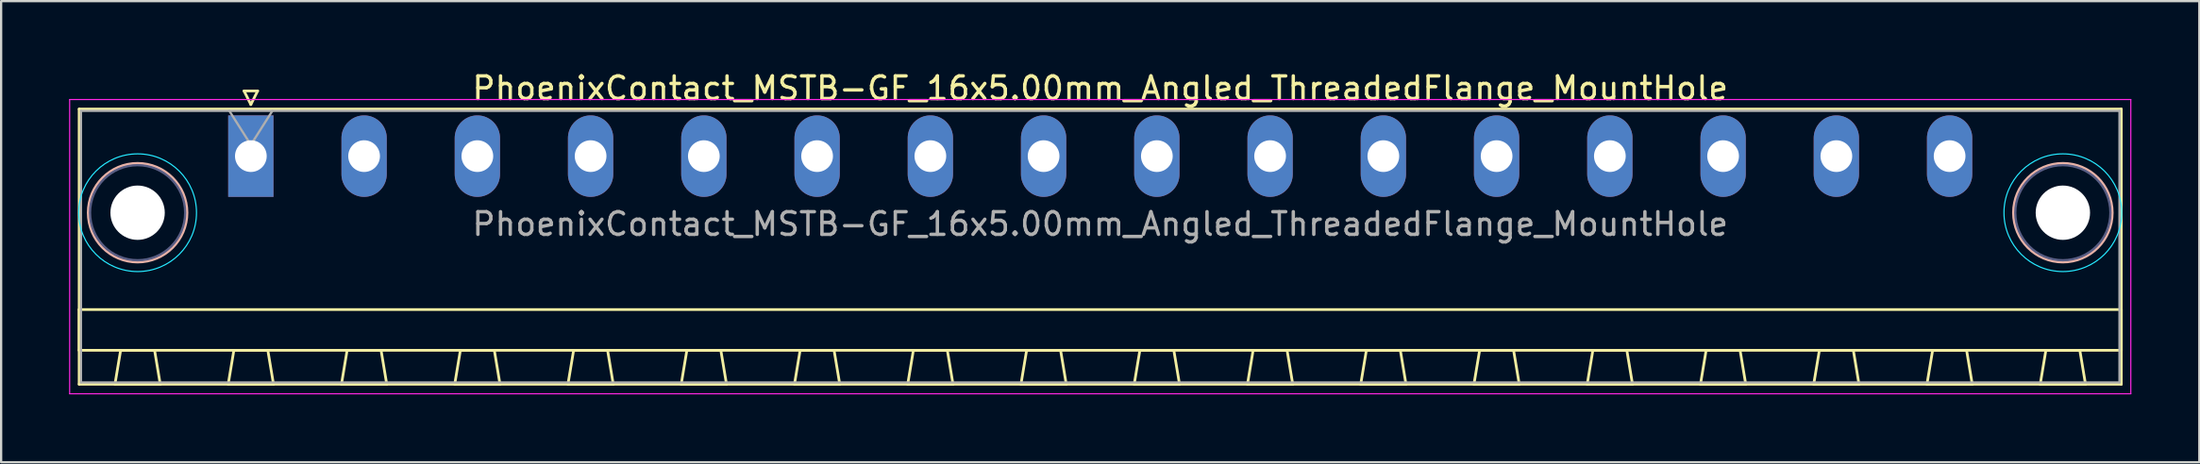
<source format=kicad_pcb>
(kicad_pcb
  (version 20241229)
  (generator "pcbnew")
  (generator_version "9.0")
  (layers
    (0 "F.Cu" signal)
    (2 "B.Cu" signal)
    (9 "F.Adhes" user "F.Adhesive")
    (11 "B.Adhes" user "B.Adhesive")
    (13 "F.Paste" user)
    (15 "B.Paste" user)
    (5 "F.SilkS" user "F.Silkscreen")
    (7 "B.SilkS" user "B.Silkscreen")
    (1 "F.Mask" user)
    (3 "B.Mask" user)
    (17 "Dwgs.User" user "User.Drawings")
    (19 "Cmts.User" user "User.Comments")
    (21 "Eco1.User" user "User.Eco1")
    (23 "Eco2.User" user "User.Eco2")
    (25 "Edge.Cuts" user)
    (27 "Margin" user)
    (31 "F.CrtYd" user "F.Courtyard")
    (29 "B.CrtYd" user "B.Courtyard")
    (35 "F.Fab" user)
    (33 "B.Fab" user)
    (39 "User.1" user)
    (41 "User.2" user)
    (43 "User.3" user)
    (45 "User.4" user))
  (footprint "PhoenixContact_MSTB-GF_16x5.00mm_Angled_ThreadedFlange_MountHole"
    (layer "F.Cu")
    (at 8.025 3.848)
    (property "Reference" "PhoenixContact_MSTB-GF_16x5.00mm_Angled_ThreadedFlange_MountHole" (at 37.5 -3 0) (layer "F.SilkS") (effects (font (size 1 1) (thickness 0.15))))
    (attr through_hole)
    (fp_line (start -7.58 -2.08) (end -7.58 10.08) (stroke (width 0.12) (type solid)) (layer "F.SilkS"))
    (fp_line (start -7.58 6.78) (end 82.58 6.78) (stroke (width 0.12) (type solid)) (layer "F.SilkS"))
    (fp_line (start -7.58 8.58) (end -7.58 6.78) (stroke (width 0.12) (type solid)) (layer "F.SilkS"))
    (fp_line (start -7.58 10.08) (end 82.58 10.08) (stroke (width 0.12) (type solid)) (layer "F.SilkS"))
    (fp_line (start -6 10.08) (end -4 10.08) (stroke (width 0.12) (type solid)) (layer "F.SilkS"))
    (fp_line (start -5.75 8.58) (end -6 10.08) (stroke (width 0.12) (type solid)) (layer "F.SilkS"))
    (fp_line (start -4.25 8.58) (end -5.75 8.58) (stroke (width 0.12) (type solid)) (layer "F.SilkS"))
    (fp_line (start -4 10.08) (end -4.25 8.58) (stroke (width 0.12) (type solid)) (layer "F.SilkS"))
    (fp_line (start -1 10.08) (end 1 10.08) (stroke (width 0.12) (type solid)) (layer "F.SilkS"))
    (fp_line (start -0.75 8.58) (end -1 10.08) (stroke (width 0.12) (type solid)) (layer "F.SilkS"))
    (fp_line (start -0.3 -2.88) (end 0.3 -2.88) (stroke (width 0.12) (type solid)) (layer "F.SilkS"))
    (fp_line (start 0 -2.28) (end -0.3 -2.88) (stroke (width 0.12) (type solid)) (layer "F.SilkS"))
    (fp_line (start 0.3 -2.88) (end 0 -2.28) (stroke (width 0.12) (type solid)) (layer "F.SilkS"))
    (fp_line (start 0.75 8.58) (end -0.75 8.58) (stroke (width 0.12) (type solid)) (layer "F.SilkS"))
    (fp_line (start 1 10.08) (end 0.75 8.58) (stroke (width 0.12) (type solid)) (layer "F.SilkS"))
    (fp_line (start 4 10.08) (end 6 10.08) (stroke (width 0.12) (type solid)) (layer "F.SilkS"))
    (fp_line (start 4.25 8.58) (end 4 10.08) (stroke (width 0.12) (type solid)) (layer "F.SilkS"))
    (fp_line (start 5.75 8.58) (end 4.25 8.58) (stroke (width 0.12) (type solid)) (layer "F.SilkS"))
    (fp_line (start 6 10.08) (end 5.75 8.58) (stroke (width 0.12) (type solid)) (layer "F.SilkS"))
    (fp_line (start 9 10.08) (end 11 10.08) (stroke (width 0.12) (type solid)) (layer "F.SilkS"))
    (fp_line (start 9.25 8.58) (end 9 10.08) (stroke (width 0.12) (type solid)) (layer "F.SilkS"))
    (fp_line (start 10.75 8.58) (end 9.25 8.58) (stroke (width 0.12) (type solid)) (layer "F.SilkS"))
    (fp_line (start 11 10.08) (end 10.75 8.58) (stroke (width 0.12) (type solid)) (layer "F.SilkS"))
    (fp_line (start 14 10.08) (end 16 10.08) (stroke (width 0.12) (type solid)) (layer "F.SilkS"))
    (fp_line (start 14.25 8.58) (end 14 10.08) (stroke (width 0.12) (type solid)) (layer "F.SilkS"))
    (fp_line (start 15.75 8.58) (end 14.25 8.58) (stroke (width 0.12) (type solid)) (layer "F.SilkS"))
    (fp_line (start 16 10.08) (end 15.75 8.58) (stroke (width 0.12) (type solid)) (layer "F.SilkS"))
    (fp_line (start 19 10.08) (end 21 10.08) (stroke (width 0.12) (type solid)) (layer "F.SilkS"))
    (fp_line (start 19.25 8.58) (end 19 10.08) (stroke (width 0.12) (type solid)) (layer "F.SilkS"))
    (fp_line (start 20.75 8.58) (end 19.25 8.58) (stroke (width 0.12) (type solid)) (layer "F.SilkS"))
    (fp_line (start 21 10.08) (end 20.75 8.58) (stroke (width 0.12) (type solid)) (layer "F.SilkS"))
    (fp_line (start 24 10.08) (end 26 10.08) (stroke (width 0.12) (type solid)) (layer "F.SilkS"))
    (fp_line (start 24.25 8.58) (end 24 10.08) (stroke (width 0.12) (type solid)) (layer "F.SilkS"))
    (fp_line (start 25.75 8.58) (end 24.25 8.58) (stroke (width 0.12) (type solid)) (layer "F.SilkS"))
    (fp_line (start 26 10.08) (end 25.75 8.58) (stroke (width 0.12) (type solid)) (layer "F.SilkS"))
    (fp_line (start 29 10.08) (end 31 10.08) (stroke (width 0.12) (type solid)) (layer "F.SilkS"))
    (fp_line (start 29.25 8.58) (end 29 10.08) (stroke (width 0.12) (type solid)) (layer "F.SilkS"))
    (fp_line (start 30.75 8.58) (end 29.25 8.58) (stroke (width 0.12) (type solid)) (layer "F.SilkS"))
    (fp_line (start 31 10.08) (end 30.75 8.58) (stroke (width 0.12) (type solid)) (layer "F.SilkS"))
    (fp_line (start 34 10.08) (end 36 10.08) (stroke (width 0.12) (type solid)) (layer "F.SilkS"))
    (fp_line (start 34.25 8.58) (end 34 10.08) (stroke (width 0.12) (type solid)) (layer "F.SilkS"))
    (fp_line (start 35.75 8.58) (end 34.25 8.58) (stroke (width 0.12) (type solid)) (layer "F.SilkS"))
    (fp_line (start 36 10.08) (end 35.75 8.58) (stroke (width 0.12) (type solid)) (layer "F.SilkS"))
    (fp_line (start 39 10.08) (end 41 10.08) (stroke (width 0.12) (type solid)) (layer "F.SilkS"))
    (fp_line (start 39.25 8.58) (end 39 10.08) (stroke (width 0.12) (type solid)) (layer "F.SilkS"))
    (fp_line (start 40.75 8.58) (end 39.25 8.58) (stroke (width 0.12) (type solid)) (layer "F.SilkS"))
    (fp_line (start 41 10.08) (end 40.75 8.58) (stroke (width 0.12) (type solid)) (layer "F.SilkS"))
    (fp_line (start 44 10.08) (end 46 10.08) (stroke (width 0.12) (type solid)) (layer "F.SilkS"))
    (fp_line (start 44.25 8.58) (end 44 10.08) (stroke (width 0.12) (type solid)) (layer "F.SilkS"))
    (fp_line (start 45.75 8.58) (end 44.25 8.58) (stroke (width 0.12) (type solid)) (layer "F.SilkS"))
    (fp_line (start 46 10.08) (end 45.75 8.58) (stroke (width 0.12) (type solid)) (layer "F.SilkS"))
    (fp_line (start 49 10.08) (end 51 10.08) (stroke (width 0.12) (type solid)) (layer "F.SilkS"))
    (fp_line (start 49.25 8.58) (end 49 10.08) (stroke (width 0.12) (type solid)) (layer "F.SilkS"))
    (fp_line (start 50.75 8.58) (end 49.25 8.58) (stroke (width 0.12) (type solid)) (layer "F.SilkS"))
    (fp_line (start 51 10.08) (end 50.75 8.58) (stroke (width 0.12) (type solid)) (layer "F.SilkS"))
    (fp_line (start 54 10.08) (end 56 10.08) (stroke (width 0.12) (type solid)) (layer "F.SilkS"))
    (fp_line (start 54.25 8.58) (end 54 10.08) (stroke (width 0.12) (type solid)) (layer "F.SilkS"))
    (fp_line (start 55.75 8.58) (end 54.25 8.58) (stroke (width 0.12) (type solid)) (layer "F.SilkS"))
    (fp_line (start 56 10.08) (end 55.75 8.58) (stroke (width 0.12) (type solid)) (layer "F.SilkS"))
    (fp_line (start 59 10.08) (end 61 10.08) (stroke (width 0.12) (type solid)) (layer "F.SilkS"))
    (fp_line (start 59.25 8.58) (end 59 10.08) (stroke (width 0.12) (type solid)) (layer "F.SilkS"))
    (fp_line (start 60.75 8.58) (end 59.25 8.58) (stroke (width 0.12) (type solid)) (layer "F.SilkS"))
    (fp_line (start 61 10.08) (end 60.75 8.58) (stroke (width 0.12) (type solid)) (layer "F.SilkS"))
    (fp_line (start 64 10.08) (end 66 10.08) (stroke (width 0.12) (type solid)) (layer "F.SilkS"))
    (fp_line (start 64.25 8.58) (end 64 10.08) (stroke (width 0.12) (type solid)) (layer "F.SilkS"))
    (fp_line (start 65.75 8.58) (end 64.25 8.58) (stroke (width 0.12) (type solid)) (layer "F.SilkS"))
    (fp_line (start 66 10.08) (end 65.75 8.58) (stroke (width 0.12) (type solid)) (layer "F.SilkS"))
    (fp_line (start 69 10.08) (end 71 10.08) (stroke (width 0.12) (type solid)) (layer "F.SilkS"))
    (fp_line (start 69.25 8.58) (end 69 10.08) (stroke (width 0.12) (type solid)) (layer "F.SilkS"))
    (fp_line (start 70.75 8.58) (end 69.25 8.58) (stroke (width 0.12) (type solid)) (layer "F.SilkS"))
    (fp_line (start 71 10.08) (end 70.75 8.58) (stroke (width 0.12) (type solid)) (layer "F.SilkS"))
    (fp_line (start 74 10.08) (end 76 10.08) (stroke (width 0.12) (type solid)) (layer "F.SilkS"))
    (fp_line (start 74.25 8.58) (end 74 10.08) (stroke (width 0.12) (type solid)) (layer "F.SilkS"))
    (fp_line (start 75.75 8.58) (end 74.25 8.58) (stroke (width 0.12) (type solid)) (layer "F.SilkS"))
    (fp_line (start 76 10.08) (end 75.75 8.58) (stroke (width 0.12) (type solid)) (layer "F.SilkS"))
    (fp_line (start 79 10.08) (end 81 10.08) (stroke (width 0.12) (type solid)) (layer "F.SilkS"))
    (fp_line (start 79.25 8.58) (end 79 10.08) (stroke (width 0.12) (type solid)) (layer "F.SilkS"))
    (fp_line (start 80.75 8.58) (end 79.25 8.58) (stroke (width 0.12) (type solid)) (layer "F.SilkS"))
    (fp_line (start 81 10.08) (end 80.75 8.58) (stroke (width 0.12) (type solid)) (layer "F.SilkS"))
    (fp_line (start 82.58 -2.08) (end -7.58 -2.08) (stroke (width 0.12) (type solid)) (layer "F.SilkS"))
    (fp_line (start 82.58 6.78) (end 82.58 8.58) (stroke (width 0.12) (type solid)) (layer "F.SilkS"))
    (fp_line (start 82.58 8.58) (end -7.58 8.58) (stroke (width 0.12) (type solid)) (layer "F.SilkS"))
    (fp_line (start 82.58 10.08) (end 82.58 -2.08) (stroke (width 0.12) (type solid)) (layer "F.SilkS"))
    (fp_circle (center -5 2.5) (end -2.82 2.5) (stroke (width 0.12) (type solid)) (fill no) (layer "B.SilkS"))
    (fp_circle (center 80 2.5) (end 82.18 2.5) (stroke (width 0.12) (type solid)) (fill no) (layer "B.SilkS"))
    (fp_circle (center -5 2.5) (end -2.4 2.5) (stroke (width 0.05) (type solid)) (fill no) (layer "B.CrtYd"))
    (fp_circle (center 80 2.5) (end 82.6 2.5) (stroke (width 0.05) (type solid)) (fill no) (layer "B.CrtYd"))
    (fp_line (start -8 -2.5) (end -8 10.5) (stroke (width 0.05) (type solid)) (layer "F.CrtYd"))
    (fp_line (start -8 10.5) (end 83 10.5) (stroke (width 0.05) (type solid)) (layer "F.CrtYd"))
    (fp_line (start 83 -2.5) (end -8 -2.5) (stroke (width 0.05) (type solid)) (layer "F.CrtYd"))
    (fp_line (start 83 10.5) (end 83 -2.5) (stroke (width 0.05) (type solid)) (layer "F.CrtYd"))
    (fp_circle (center -5 2.5) (end -2.9 2.5) (stroke (width 0.1) (type solid)) (fill no) (layer "B.Fab"))
    (fp_circle (center 80 2.5) (end 82.1 2.5) (stroke (width 0.1) (type solid)) (fill no) (layer "B.Fab"))
    (fp_line (start -7.5 -2) (end -7.5 10) (stroke (width 0.1) (type solid)) (layer "F.Fab"))
    (fp_line (start -7.5 10) (end 82.5 10) (stroke (width 0.1) (type solid)) (layer "F.Fab"))
    (fp_line (start 0 -0.5) (end -0.95 -2) (stroke (width 0.1) (type solid)) (layer "F.Fab"))
    (fp_line (start 0.95 -2) (end 0 -0.5) (stroke (width 0.1) (type solid)) (layer "F.Fab"))
    (fp_line (start 82.5 -2) (end -7.5 -2) (stroke (width 0.1) (type solid)) (layer "F.Fab"))
    (fp_line (start 82.5 10) (end 82.5 -2) (stroke (width 0.1) (type solid)) (layer "F.Fab"))
    (fp_text user "${REFERENCE}" (at 37.5 3 0) (layer "F.Fab") (effects (font (size 1 1) (thickness 0.15))))
    (pad "" np_thru_hole circle (at -5 2.5) (size 2.4 2.4) (drill 2.4) (layers "*.Cu" "*.Mask"))
    (pad "" np_thru_hole circle (at 80 2.5) (size 2.4 2.4) (drill 2.4) (layers "*.Cu" "*.Mask"))
    (pad "1" thru_hole rect (at 0 0) (size 2 3.6) (drill 1.4) (layers "*.Cu" "*.Mask"))
    (pad "2" thru_hole oval (at 5 0) (size 2 3.6) (drill 1.4) (layers "*.Cu" "*.Mask"))
    (pad "3" thru_hole oval (at 10 0) (size 2 3.6) (drill 1.4) (layers "*.Cu" "*.Mask"))
    (pad "4" thru_hole oval (at 15 0) (size 2 3.6) (drill 1.4) (layers "*.Cu" "*.Mask"))
    (pad "5" thru_hole oval (at 20 0) (size 2 3.6) (drill 1.4) (layers "*.Cu" "*.Mask"))
    (pad "6" thru_hole oval (at 25 0) (size 2 3.6) (drill 1.4) (layers "*.Cu" "*.Mask"))
    (pad "7" thru_hole oval (at 30 0) (size 2 3.6) (drill 1.4) (layers "*.Cu" "*.Mask"))
    (pad "8" thru_hole oval (at 35 0) (size 2 3.6) (drill 1.4) (layers "*.Cu" "*.Mask"))
    (pad "9" thru_hole oval (at 40 0) (size 2 3.6) (drill 1.4) (layers "*.Cu" "*.Mask"))
    (pad "10" thru_hole oval (at 45 0) (size 2 3.6) (drill 1.4) (layers "*.Cu" "*.Mask"))
    (pad "11" thru_hole oval (at 50 0) (size 2 3.6) (drill 1.4) (layers "*.Cu" "*.Mask"))
    (pad "12" thru_hole oval (at 55 0) (size 2 3.6) (drill 1.4) (layers "*.Cu" "*.Mask"))
    (pad "13" thru_hole oval (at 60 0) (size 2 3.6) (drill 1.4) (layers "*.Cu" "*.Mask"))
    (pad "14" thru_hole oval (at 65 0) (size 2 3.6) (drill 1.4) (layers "*.Cu" "*.Mask"))
    (pad "15" thru_hole oval (at 70 0) (size 2 3.6) (drill 1.4) (layers "*.Cu" "*.Mask"))
    (pad "16" thru_hole oval (at 75 0) (size 2 3.6) (drill 1.4) (layers "*.Cu" "*.Mask")))
  (gr_rect
    (start -3 -3)
    (end 94.05 17.373)
    (stroke (width 0.1) (type default))
    (fill no)
    (layer "Edge.Cuts")))
</source>
